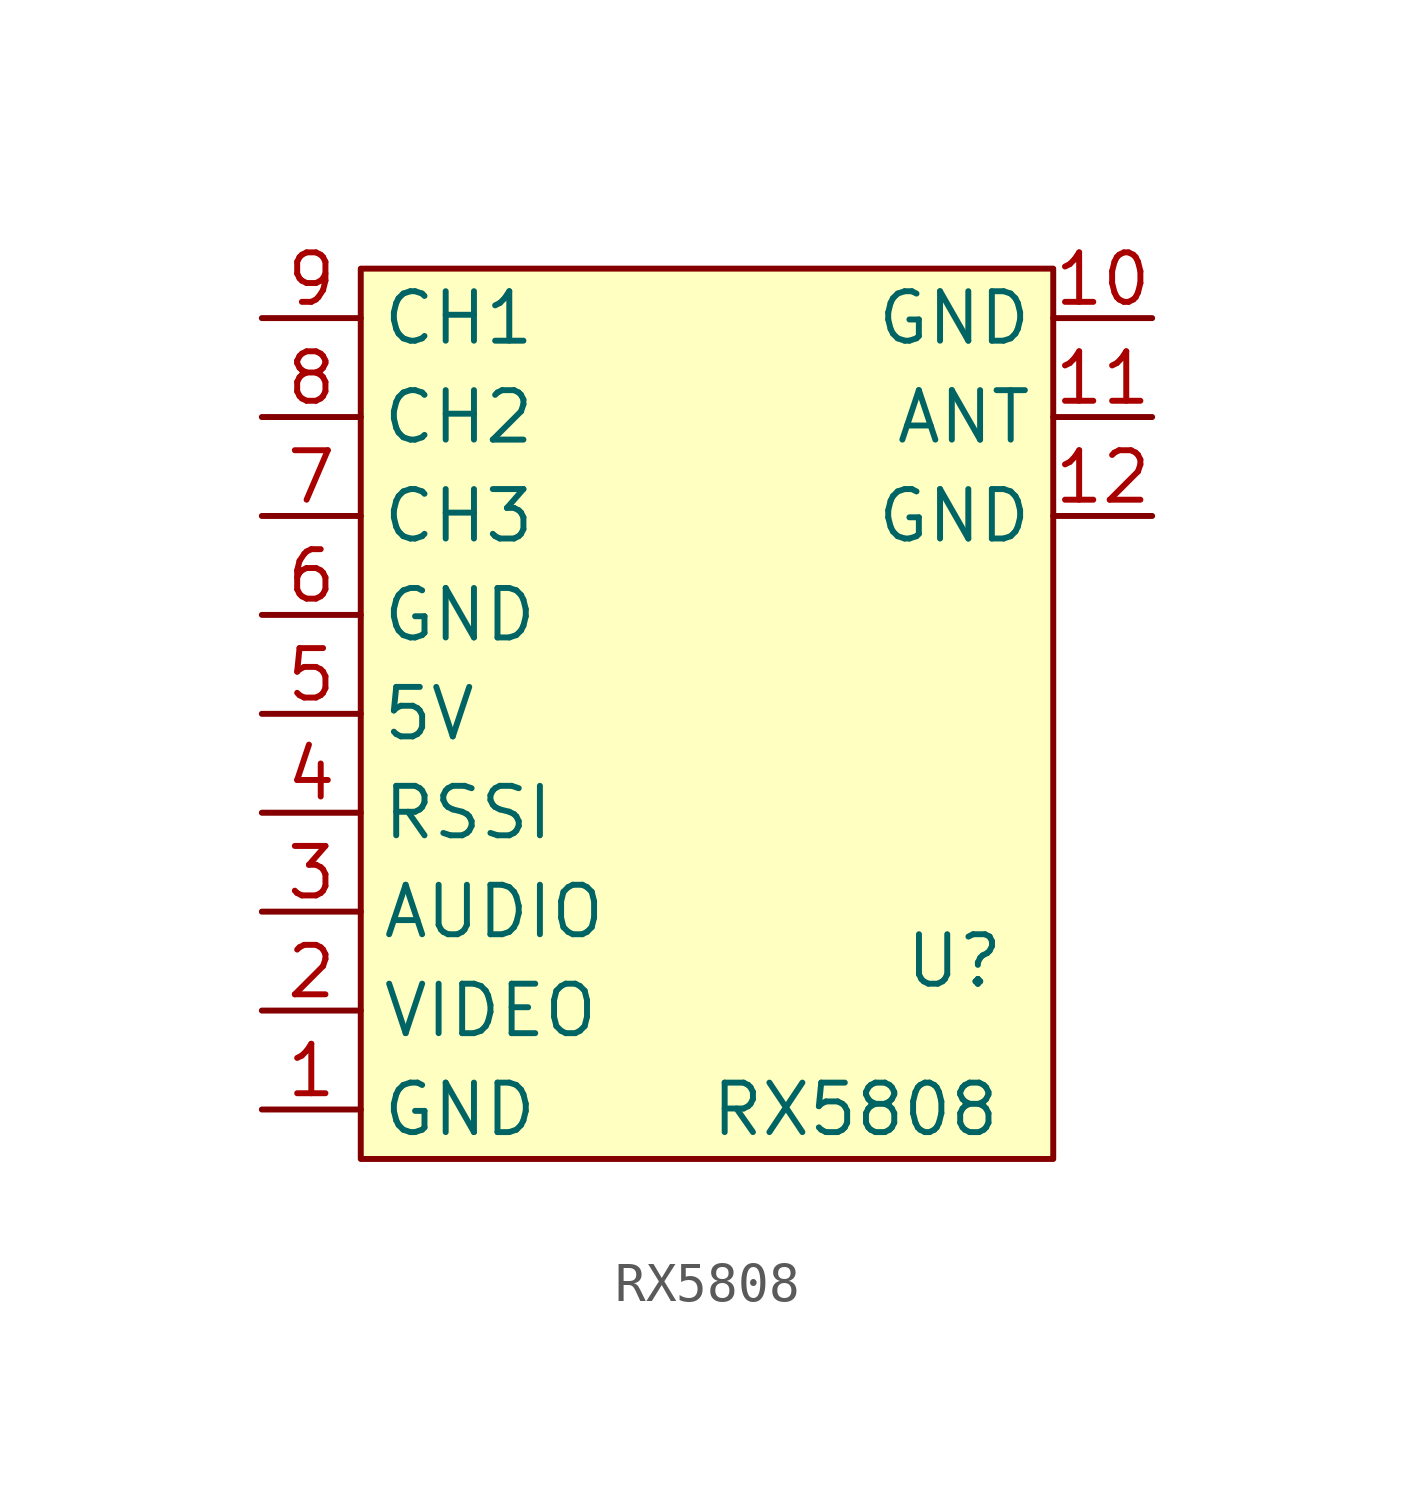
<source format=kicad_sym>
(kicad_symbol_lib
  (version 20211014)
  (generator kicad_symbol_editor)
  (symbol "RX5808"
    (property "Reference" "U"
      (at 6.35 -7.62 0)
      (effects (font (size 1.27 1.27))))
    (property "Value" "RX5808"
      (at 3.81 -11.43 0)
      (effects (font (size 1.27 1.27))))
    (symbol "RX5808_0_1"
      (rectangle (start -8.89 10.16) (end 8.89 -12.7) (stroke (width 0) (type default) (color 0 0 0 0)) (fill (type background))))
    (symbol "RX5808_1_1"
      (pin input line (at -11.43 -11.43 0) (length 2.54) (name "GND" (effects (font (size 1.27 1.27)))) (number "1" (effects (font (size 1.27 1.27)))))
      (pin input line (at 11.43 8.89 180) (length 2.54) (name "GND" (effects (font (size 1.27 1.27)))) (number "10" (effects (font (size 1.27 1.27)))))
      (pin input line (at 11.43 6.35 180) (length 2.54) (name "ANT" (effects (font (size 1.27 1.27)))) (number "11" (effects (font (size 1.27 1.27)))))
      (pin input line (at 11.43 3.81 180) (length 2.54) (name "GND" (effects (font (size 1.27 1.27)))) (number "12" (effects (font (size 1.27 1.27)))))
      (pin input line (at -11.43 -8.89 0) (length 2.54) (name "VIDEO" (effects (font (size 1.27 1.27)))) (number "2" (effects (font (size 1.27 1.27)))))
      (pin input line (at -11.43 -6.35 0) (length 2.54) (name "AUDIO" (effects (font (size 1.27 1.27)))) (number "3" (effects (font (size 1.27 1.27)))))
      (pin input line (at -11.43 -3.81 0) (length 2.54) (name "RSSI" (effects (font (size 1.27 1.27)))) (number "4" (effects (font (size 1.27 1.27)))))
      (pin input line (at -11.43 -1.27 0) (length 2.54) (name "5V" (effects (font (size 1.27 1.27)))) (number "5" (effects (font (size 1.27 1.27)))))
      (pin input line (at -11.43 1.27 0) (length 2.54) (name "GND" (effects (font (size 1.27 1.27)))) (number "6" (effects (font (size 1.27 1.27)))))
      (pin input line (at -11.43 3.81 0) (length 2.54) (name "CH3" (effects (font (size 1.27 1.27)))) (number "7" (effects (font (size 1.27 1.27)))))
      (pin input line (at -11.43 6.35 0) (length 2.54) (name "CH2" (effects (font (size 1.27 1.27)))) (number "8" (effects (font (size 1.27 1.27)))))
      (pin input line (at -11.43 8.89 0) (length 2.54) (name "CH1" (effects (font (size 1.27 1.27)))) (number "9" (effects (font (size 1.27 1.27))))))))
</source>
